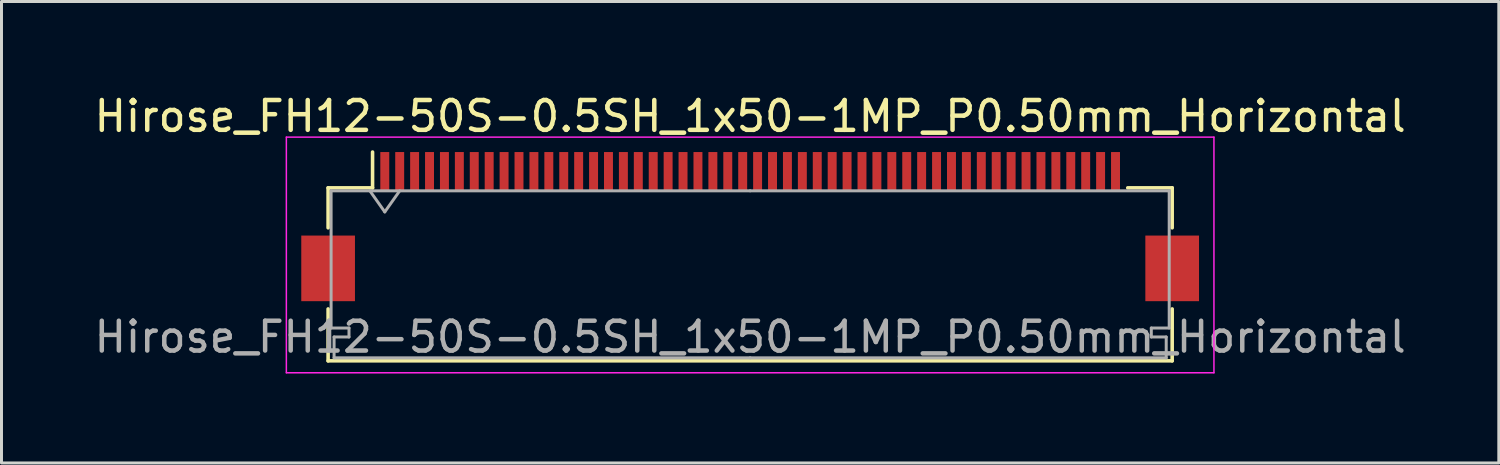
<source format=kicad_pcb>
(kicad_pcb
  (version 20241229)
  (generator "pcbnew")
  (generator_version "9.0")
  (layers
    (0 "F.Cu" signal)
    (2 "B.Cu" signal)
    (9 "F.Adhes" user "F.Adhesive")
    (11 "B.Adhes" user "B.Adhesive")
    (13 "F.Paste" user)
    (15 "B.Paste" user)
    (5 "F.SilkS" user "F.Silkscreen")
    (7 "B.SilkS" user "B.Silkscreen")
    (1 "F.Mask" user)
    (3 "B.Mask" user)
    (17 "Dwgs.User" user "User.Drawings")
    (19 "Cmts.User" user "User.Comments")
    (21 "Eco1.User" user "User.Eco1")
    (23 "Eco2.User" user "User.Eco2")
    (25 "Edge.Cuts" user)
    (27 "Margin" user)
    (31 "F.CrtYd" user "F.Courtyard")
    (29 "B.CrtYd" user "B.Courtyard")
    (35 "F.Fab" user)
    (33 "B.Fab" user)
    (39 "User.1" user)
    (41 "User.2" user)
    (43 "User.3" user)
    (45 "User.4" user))
  (footprint "Hirose_FH12-50S-0.5SH_1x50-1MP_P0.50mm_Horizontal"
    (layer "F.Cu")
    (at 22.101 4.548)
    (property "Reference" "Hirose_FH12-50S-0.5SH_1x50-1MP_P0.50mm_Horizontal" (at 0 -3.7 0) (layer "F.SilkS") (effects (font (size 1 1) (thickness 0.15))))
    (attr smd)
    (fp_line (start -14.15 -1.3) (end -14.15 0.04) (stroke (width 0.12) (type solid)) (layer "F.SilkS"))
    (fp_line (start -14.15 2.76) (end -14.15 4.5) (stroke (width 0.12) (type solid)) (layer "F.SilkS"))
    (fp_line (start -14.15 4.5) (end 14.15 4.5) (stroke (width 0.12) (type solid)) (layer "F.SilkS"))
    (fp_line (start -12.66 -1.3) (end -14.15 -1.3) (stroke (width 0.12) (type solid)) (layer "F.SilkS"))
    (fp_line (start -12.66 -1.3) (end -12.66 -2.5) (stroke (width 0.12) (type solid)) (layer "F.SilkS"))
    (fp_line (start 12.66 -1.3) (end 14.15 -1.3) (stroke (width 0.12) (type solid)) (layer "F.SilkS"))
    (fp_line (start 14.15 -1.3) (end 14.15 0.04) (stroke (width 0.12) (type solid)) (layer "F.SilkS"))
    (fp_line (start 14.15 4.5) (end 14.15 2.76) (stroke (width 0.12) (type solid)) (layer "F.SilkS"))
    (fp_line (start -15.55 -3) (end -15.55 4.9) (stroke (width 0.05) (type solid)) (layer "F.CrtYd"))
    (fp_line (start -15.55 4.9) (end 15.55 4.9) (stroke (width 0.05) (type solid)) (layer "F.CrtYd"))
    (fp_line (start 15.55 -3) (end -15.55 -3) (stroke (width 0.05) (type solid)) (layer "F.CrtYd"))
    (fp_line (start 15.55 4.9) (end 15.55 -3) (stroke (width 0.05) (type solid)) (layer "F.CrtYd"))
    (fp_line (start -14.05 -1.2) (end -14.05 3.4) (stroke (width 0.1) (type solid)) (layer "F.Fab"))
    (fp_line (start -14.05 3.4) (end -13.45 3.4) (stroke (width 0.1) (type solid)) (layer "F.Fab"))
    (fp_line (start -13.95 3.7) (end -13.95 4.4) (stroke (width 0.1) (type solid)) (layer "F.Fab"))
    (fp_line (start -13.95 4.4) (end 0 4.4) (stroke (width 0.1) (type solid)) (layer "F.Fab"))
    (fp_line (start -13.45 3.4) (end -13.45 3.7) (stroke (width 0.1) (type solid)) (layer "F.Fab"))
    (fp_line (start -13.45 3.7) (end -13.95 3.7) (stroke (width 0.1) (type solid)) (layer "F.Fab"))
    (fp_line (start -12.75 -1.2) (end -12.25 -0.493) (stroke (width 0.1) (type solid)) (layer "F.Fab"))
    (fp_line (start -12.25 -0.493) (end -11.75 -1.2) (stroke (width 0.1) (type solid)) (layer "F.Fab"))
    (fp_line (start 0 -1.2) (end -14.05 -1.2) (stroke (width 0.1) (type solid)) (layer "F.Fab"))
    (fp_line (start 0 -1.2) (end 14.05 -1.2) (stroke (width 0.1) (type solid)) (layer "F.Fab"))
    (fp_line (start 13.45 3.4) (end 13.45 3.7) (stroke (width 0.1) (type solid)) (layer "F.Fab"))
    (fp_line (start 13.45 3.7) (end 13.95 3.7) (stroke (width 0.1) (type solid)) (layer "F.Fab"))
    (fp_line (start 13.95 3.7) (end 13.95 4.4) (stroke (width 0.1) (type solid)) (layer "F.Fab"))
    (fp_line (start 13.95 4.4) (end 0 4.4) (stroke (width 0.1) (type solid)) (layer "F.Fab"))
    (fp_line (start 14.05 -1.2) (end 14.05 3.4) (stroke (width 0.1) (type solid)) (layer "F.Fab"))
    (fp_line (start 14.05 3.4) (end 13.45 3.4) (stroke (width 0.1) (type solid)) (layer "F.Fab"))
    (fp_text user "${REFERENCE}" (at 0 3.7 0) (layer "F.Fab") (effects (font (size 1 1) (thickness 0.15))))
    (pad "1" smd rect (at 12.25 -1.85) (size 0.3 1.3) (layers "F.Cu" "F.Mask" "F.Paste"))
    (pad "2" smd rect (at 11.75 -1.85) (size 0.3 1.3) (layers "F.Cu" "F.Mask" "F.Paste"))
    (pad "3" smd rect (at 11.25 -1.85) (size 0.3 1.3) (layers "F.Cu" "F.Mask" "F.Paste"))
    (pad "4" smd rect (at 10.75 -1.85) (size 0.3 1.3) (layers "F.Cu" "F.Mask" "F.Paste"))
    (pad "5" smd rect (at 10.25 -1.85) (size 0.3 1.3) (layers "F.Cu" "F.Mask" "F.Paste"))
    (pad "6" smd rect (at 9.75 -1.85) (size 0.3 1.3) (layers "F.Cu" "F.Mask" "F.Paste"))
    (pad "7" smd rect (at 9.25 -1.85) (size 0.3 1.3) (layers "F.Cu" "F.Mask" "F.Paste"))
    (pad "8" smd rect (at 8.75 -1.85) (size 0.3 1.3) (layers "F.Cu" "F.Mask" "F.Paste"))
    (pad "9" smd rect (at 8.25 -1.85) (size 0.3 1.3) (layers "F.Cu" "F.Mask" "F.Paste"))
    (pad "10" smd rect (at 7.75 -1.85) (size 0.3 1.3) (layers "F.Cu" "F.Mask" "F.Paste"))
    (pad "11" smd rect (at 7.25 -1.85) (size 0.3 1.3) (layers "F.Cu" "F.Mask" "F.Paste"))
    (pad "12" smd rect (at 6.75 -1.85) (size 0.3 1.3) (layers "F.Cu" "F.Mask" "F.Paste"))
    (pad "13" smd rect (at 6.25 -1.85) (size 0.3 1.3) (layers "F.Cu" "F.Mask" "F.Paste"))
    (pad "14" smd rect (at 5.75 -1.85) (size 0.3 1.3) (layers "F.Cu" "F.Mask" "F.Paste"))
    (pad "15" smd rect (at 5.25 -1.85) (size 0.3 1.3) (layers "F.Cu" "F.Mask" "F.Paste"))
    (pad "16" smd rect (at 4.75 -1.85) (size 0.3 1.3) (layers "F.Cu" "F.Mask" "F.Paste"))
    (pad "17" smd rect (at 4.25 -1.85) (size 0.3 1.3) (layers "F.Cu" "F.Mask" "F.Paste"))
    (pad "18" smd rect (at 3.75 -1.85) (size 0.3 1.3) (layers "F.Cu" "F.Mask" "F.Paste"))
    (pad "19" smd rect (at 3.25 -1.85) (size 0.3 1.3) (layers "F.Cu" "F.Mask" "F.Paste"))
    (pad "20" smd rect (at 2.75 -1.85) (size 0.3 1.3) (layers "F.Cu" "F.Mask" "F.Paste"))
    (pad "21" smd rect (at 2.25 -1.85) (size 0.3 1.3) (layers "F.Cu" "F.Mask" "F.Paste"))
    (pad "22" smd rect (at 1.75 -1.85) (size 0.3 1.3) (layers "F.Cu" "F.Mask" "F.Paste"))
    (pad "23" smd rect (at 1.25 -1.85) (size 0.3 1.3) (layers "F.Cu" "F.Mask" "F.Paste"))
    (pad "24" smd rect (at 0.75 -1.85) (size 0.3 1.3) (layers "F.Cu" "F.Mask" "F.Paste"))
    (pad "25" smd rect (at 0.25 -1.85) (size 0.3 1.3) (layers "F.Cu" "F.Mask" "F.Paste"))
    (pad "26" smd rect (at -0.25 -1.85) (size 0.3 1.3) (layers "F.Cu" "F.Mask" "F.Paste"))
    (pad "27" smd rect (at -0.75 -1.85) (size 0.3 1.3) (layers "F.Cu" "F.Mask" "F.Paste"))
    (pad "28" smd rect (at -1.25 -1.85) (size 0.3 1.3) (layers "F.Cu" "F.Mask" "F.Paste"))
    (pad "29" smd rect (at -1.75 -1.85) (size 0.3 1.3) (layers "F.Cu" "F.Mask" "F.Paste"))
    (pad "30" smd rect (at -2.25 -1.85) (size 0.3 1.3) (layers "F.Cu" "F.Mask" "F.Paste"))
    (pad "31" smd rect (at -2.75 -1.85) (size 0.3 1.3) (layers "F.Cu" "F.Mask" "F.Paste"))
    (pad "32" smd rect (at -3.25 -1.85) (size 0.3 1.3) (layers "F.Cu" "F.Mask" "F.Paste"))
    (pad "33" smd rect (at -3.75 -1.85) (size 0.3 1.3) (layers "F.Cu" "F.Mask" "F.Paste"))
    (pad "34" smd rect (at -4.25 -1.85) (size 0.3 1.3) (layers "F.Cu" "F.Mask" "F.Paste"))
    (pad "35" smd rect (at -4.75 -1.85) (size 0.3 1.3) (layers "F.Cu" "F.Mask" "F.Paste"))
    (pad "36" smd rect (at -5.25 -1.85) (size 0.3 1.3) (layers "F.Cu" "F.Mask" "F.Paste"))
    (pad "37" smd rect (at -5.75 -1.85) (size 0.3 1.3) (layers "F.Cu" "F.Mask" "F.Paste"))
    (pad "38" smd rect (at -6.25 -1.85) (size 0.3 1.3) (layers "F.Cu" "F.Mask" "F.Paste"))
    (pad "39" smd rect (at -6.75 -1.85) (size 0.3 1.3) (layers "F.Cu" "F.Mask" "F.Paste"))
    (pad "40" smd rect (at -7.25 -1.85) (size 0.3 1.3) (layers "F.Cu" "F.Mask" "F.Paste"))
    (pad "41" smd rect (at -7.75 -1.85) (size 0.3 1.3) (layers "F.Cu" "F.Mask" "F.Paste"))
    (pad "42" smd rect (at -8.25 -1.85) (size 0.3 1.3) (layers "F.Cu" "F.Mask" "F.Paste"))
    (pad "43" smd rect (at -8.75 -1.85) (size 0.3 1.3) (layers "F.Cu" "F.Mask" "F.Paste"))
    (pad "44" smd rect (at -9.25 -1.85) (size 0.3 1.3) (layers "F.Cu" "F.Mask" "F.Paste"))
    (pad "45" smd rect (at -9.75 -1.85) (size 0.3 1.3) (layers "F.Cu" "F.Mask" "F.Paste"))
    (pad "46" smd rect (at -10.25 -1.85) (size 0.3 1.3) (layers "F.Cu" "F.Mask" "F.Paste"))
    (pad "47" smd rect (at -10.75 -1.85) (size 0.3 1.3) (layers "F.Cu" "F.Mask" "F.Paste"))
    (pad "48" smd rect (at -11.25 -1.85) (size 0.3 1.3) (layers "F.Cu" "F.Mask" "F.Paste"))
    (pad "49" smd rect (at -11.75 -1.85) (size 0.3 1.3) (layers "F.Cu" "F.Mask" "F.Paste"))
    (pad "50" smd rect (at -12.25 -1.85) (size 0.3 1.3) (layers "F.Cu" "F.Mask" "F.Paste"))
    (pad "MP" smd rect (at -14.15 1.4) (size 1.8 2.2) (layers "F.Cu" "F.Mask" "F.Paste"))
    (pad "MP" smd rect (at 14.15 1.4) (size 1.8 2.2) (layers "F.Cu" "F.Mask" "F.Paste")))
  (gr_rect
    (start -3 -3)
    (end 47.202 12.473)
    (stroke (width 0.1) (type default))
    (fill no)
    (layer "Edge.Cuts")))
</source>
